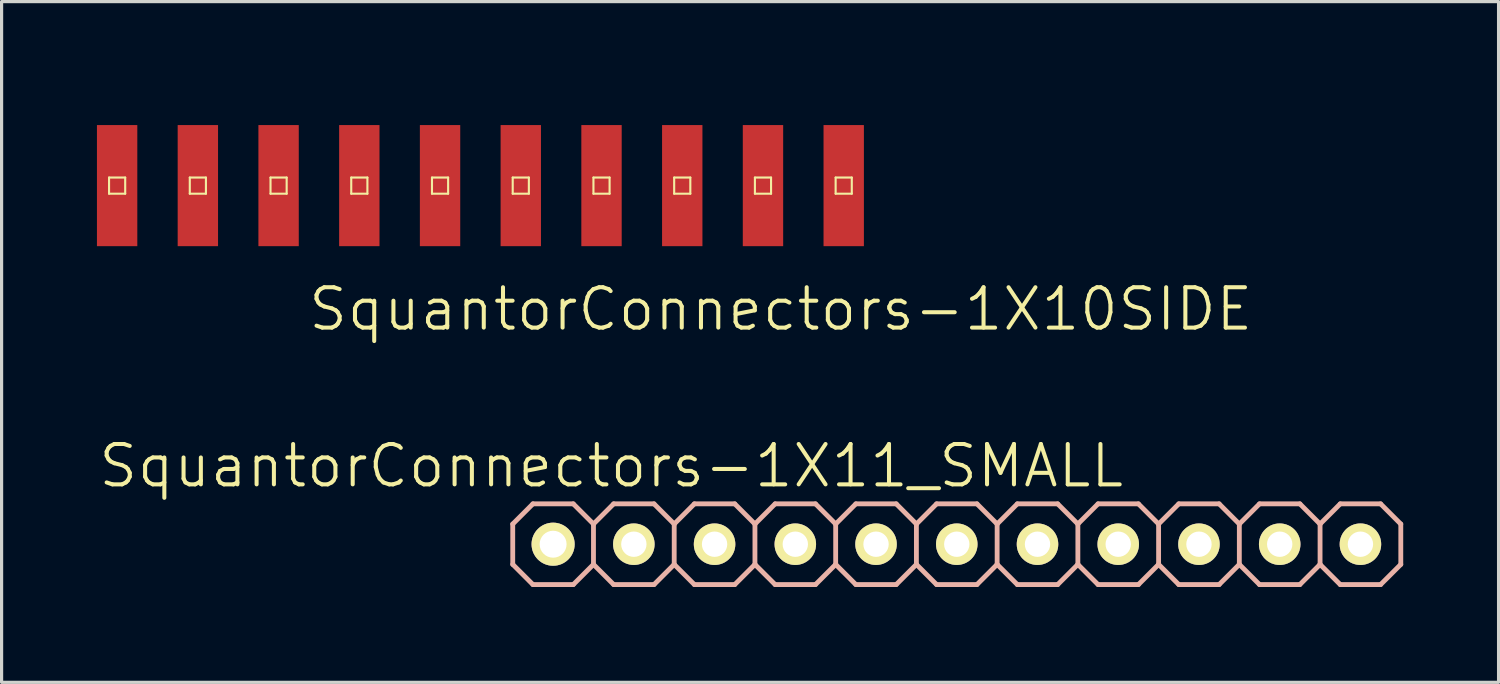
<source format=kicad_pcb>
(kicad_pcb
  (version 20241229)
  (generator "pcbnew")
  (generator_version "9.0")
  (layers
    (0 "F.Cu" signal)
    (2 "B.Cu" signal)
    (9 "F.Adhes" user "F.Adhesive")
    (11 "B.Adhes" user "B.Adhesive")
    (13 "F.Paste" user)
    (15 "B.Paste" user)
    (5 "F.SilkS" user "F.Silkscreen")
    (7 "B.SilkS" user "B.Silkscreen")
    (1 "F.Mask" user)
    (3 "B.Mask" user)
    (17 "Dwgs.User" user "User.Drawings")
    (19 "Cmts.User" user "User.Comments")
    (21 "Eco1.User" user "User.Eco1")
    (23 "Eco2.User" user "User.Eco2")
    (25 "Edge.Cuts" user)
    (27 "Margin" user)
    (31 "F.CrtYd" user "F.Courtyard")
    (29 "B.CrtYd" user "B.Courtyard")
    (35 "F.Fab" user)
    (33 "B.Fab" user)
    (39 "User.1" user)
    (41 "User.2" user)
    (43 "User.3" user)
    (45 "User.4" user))
  (footprint "SquantorConnectors-1X10SIDE"
    (layer "F.Cu")
    (at 12.065 0.25)
    (property "Reference" "SquantorConnectors-1X10SIDE" (at 9.449 6.426 0) (layer "F.SilkS") (effects (font (size 1.27 1.27) (thickness 0.127))))
    (attr smd)
    (fp_line (start -11.684 2.286) (end -11.176 2.286) (stroke (width 0.066) (type solid)) (layer "F.SilkS"))
    (fp_line (start -11.684 2.794) (end -11.684 2.286) (stroke (width 0.066) (type solid)) (layer "F.SilkS"))
    (fp_line (start -11.684 2.794) (end -11.176 2.794) (stroke (width 0.066) (type solid)) (layer "F.SilkS"))
    (fp_line (start -11.176 2.794) (end -11.176 2.286) (stroke (width 0.066) (type solid)) (layer "F.SilkS"))
    (fp_line (start -9.144 2.286) (end -8.636 2.286) (stroke (width 0.066) (type solid)) (layer "F.SilkS"))
    (fp_line (start -9.144 2.794) (end -9.144 2.286) (stroke (width 0.066) (type solid)) (layer "F.SilkS"))
    (fp_line (start -9.144 2.794) (end -8.636 2.794) (stroke (width 0.066) (type solid)) (layer "F.SilkS"))
    (fp_line (start -8.636 2.794) (end -8.636 2.286) (stroke (width 0.066) (type solid)) (layer "F.SilkS"))
    (fp_line (start -6.604 2.286) (end -6.096 2.286) (stroke (width 0.066) (type solid)) (layer "F.SilkS"))
    (fp_line (start -6.604 2.794) (end -6.604 2.286) (stroke (width 0.066) (type solid)) (layer "F.SilkS"))
    (fp_line (start -6.604 2.794) (end -6.096 2.794) (stroke (width 0.066) (type solid)) (layer "F.SilkS"))
    (fp_line (start -6.096 2.794) (end -6.096 2.286) (stroke (width 0.066) (type solid)) (layer "F.SilkS"))
    (fp_line (start -4.064 2.286) (end -3.556 2.286) (stroke (width 0.066) (type solid)) (layer "F.SilkS"))
    (fp_line (start -4.064 2.794) (end -4.064 2.286) (stroke (width 0.066) (type solid)) (layer "F.SilkS"))
    (fp_line (start -4.064 2.794) (end -3.556 2.794) (stroke (width 0.066) (type solid)) (layer "F.SilkS"))
    (fp_line (start -3.556 2.794) (end -3.556 2.286) (stroke (width 0.066) (type solid)) (layer "F.SilkS"))
    (fp_line (start -1.524 2.286) (end -1.016 2.286) (stroke (width 0.066) (type solid)) (layer "F.SilkS"))
    (fp_line (start -1.524 2.794) (end -1.524 2.286) (stroke (width 0.066) (type solid)) (layer "F.SilkS"))
    (fp_line (start -1.524 2.794) (end -1.016 2.794) (stroke (width 0.066) (type solid)) (layer "F.SilkS"))
    (fp_line (start -1.016 2.794) (end -1.016 2.286) (stroke (width 0.066) (type solid)) (layer "F.SilkS"))
    (fp_line (start 1.016 2.286) (end 1.524 2.286) (stroke (width 0.066) (type solid)) (layer "F.SilkS"))
    (fp_line (start 1.016 2.794) (end 1.016 2.286) (stroke (width 0.066) (type solid)) (layer "F.SilkS"))
    (fp_line (start 1.016 2.794) (end 1.524 2.794) (stroke (width 0.066) (type solid)) (layer "F.SilkS"))
    (fp_line (start 1.524 2.794) (end 1.524 2.286) (stroke (width 0.066) (type solid)) (layer "F.SilkS"))
    (fp_line (start 3.556 2.286) (end 4.064 2.286) (stroke (width 0.066) (type solid)) (layer "F.SilkS"))
    (fp_line (start 3.556 2.794) (end 3.556 2.286) (stroke (width 0.066) (type solid)) (layer "F.SilkS"))
    (fp_line (start 3.556 2.794) (end 4.064 2.794) (stroke (width 0.066) (type solid)) (layer "F.SilkS"))
    (fp_line (start 4.064 2.794) (end 4.064 2.286) (stroke (width 0.066) (type solid)) (layer "F.SilkS"))
    (fp_line (start 6.096 2.286) (end 6.604 2.286) (stroke (width 0.066) (type solid)) (layer "F.SilkS"))
    (fp_line (start 6.096 2.794) (end 6.096 2.286) (stroke (width 0.066) (type solid)) (layer "F.SilkS"))
    (fp_line (start 6.096 2.794) (end 6.604 2.794) (stroke (width 0.066) (type solid)) (layer "F.SilkS"))
    (fp_line (start 6.604 2.794) (end 6.604 2.286) (stroke (width 0.066) (type solid)) (layer "F.SilkS"))
    (fp_line (start 8.636 2.286) (end 9.144 2.286) (stroke (width 0.066) (type solid)) (layer "F.SilkS"))
    (fp_line (start 8.636 2.794) (end 8.636 2.286) (stroke (width 0.066) (type solid)) (layer "F.SilkS"))
    (fp_line (start 8.636 2.794) (end 9.144 2.794) (stroke (width 0.066) (type solid)) (layer "F.SilkS"))
    (fp_line (start 9.144 2.794) (end 9.144 2.286) (stroke (width 0.066) (type solid)) (layer "F.SilkS"))
    (fp_line (start 11.176 2.286) (end 11.684 2.286) (stroke (width 0.066) (type solid)) (layer "F.SilkS"))
    (fp_line (start 11.176 2.794) (end 11.176 2.286) (stroke (width 0.066) (type solid)) (layer "F.SilkS"))
    (fp_line (start 11.176 2.794) (end 11.684 2.794) (stroke (width 0.066) (type solid)) (layer "F.SilkS"))
    (fp_line (start 11.684 2.794) (end 11.684 2.286) (stroke (width 0.066) (type solid)) (layer "F.SilkS"))
    (pad "1" smd rect (at -11.43 2.54 90) (size 3.81 1.27) (layers "F.Cu" "F.Mask" "F.Paste"))
    (pad "2" smd rect (at -8.89 2.54 90) (size 3.81 1.27) (layers "F.Cu" "F.Mask" "F.Paste"))
    (pad "3" smd rect (at -6.35 2.54 90) (size 3.81 1.27) (layers "F.Cu" "F.Mask" "F.Paste"))
    (pad "4" smd rect (at -3.81 2.54 90) (size 3.81 1.27) (layers "F.Cu" "F.Mask" "F.Paste"))
    (pad "5" smd rect (at -1.27 2.54 90) (size 3.81 1.27) (layers "F.Cu" "F.Mask" "F.Paste"))
    (pad "6" smd rect (at 1.27 2.54 90) (size 3.81 1.27) (layers "F.Cu" "F.Mask" "F.Paste"))
    (pad "7" smd rect (at 3.81 2.54 90) (size 3.81 1.27) (layers "F.Cu" "F.Mask" "F.Paste"))
    (pad "8" smd rect (at 6.35 2.54 90) (size 3.81 1.27) (layers "F.Cu" "F.Mask" "F.Paste"))
    (pad "9" smd rect (at 8.89 2.54 90) (size 3.81 1.27) (layers "F.Cu" "F.Mask" "F.Paste"))
    (pad "10" smd rect (at 11.43 2.54 90) (size 3.81 1.27) (layers "F.Cu" "F.Mask" "F.Paste")))
  (footprint "SquantorConnectors-1X11_SMALL"
    (layer "F.Cu")
    (at 27.052 14.072)
    (property "Reference" "SquantorConnectors-1X11_SMALL" (at -10.871 -2.464 0) (layer "F.SilkS") (effects (font (size 1.27 1.27) (thickness 0.127))))
    (attr exclude_from_pos_files exclude_from_bom)
    (fp_line (start -12.954 -0.254) (end -12.446 -0.254) (stroke (width 0.066) (type solid)) (layer "F.SilkS"))
    (fp_line (start -12.954 0.254) (end -12.954 -0.254) (stroke (width 0.066) (type solid)) (layer "F.SilkS"))
    (fp_line (start -12.954 0.254) (end -12.446 0.254) (stroke (width 0.066) (type solid)) (layer "F.SilkS"))
    (fp_line (start -12.446 0.254) (end -12.446 -0.254) (stroke (width 0.066) (type solid)) (layer "F.SilkS"))
    (fp_line (start -10.414 -0.254) (end -9.906 -0.254) (stroke (width 0.066) (type solid)) (layer "F.SilkS"))
    (fp_line (start -10.414 0.254) (end -10.414 -0.254) (stroke (width 0.066) (type solid)) (layer "F.SilkS"))
    (fp_line (start -10.414 0.254) (end -9.906 0.254) (stroke (width 0.066) (type solid)) (layer "F.SilkS"))
    (fp_line (start -9.906 0.254) (end -9.906 -0.254) (stroke (width 0.066) (type solid)) (layer "F.SilkS"))
    (fp_line (start -7.874 -0.254) (end -7.366 -0.254) (stroke (width 0.066) (type solid)) (layer "F.SilkS"))
    (fp_line (start -7.874 0.254) (end -7.874 -0.254) (stroke (width 0.066) (type solid)) (layer "F.SilkS"))
    (fp_line (start -7.874 0.254) (end -7.366 0.254) (stroke (width 0.066) (type solid)) (layer "F.SilkS"))
    (fp_line (start -7.366 0.254) (end -7.366 -0.254) (stroke (width 0.066) (type solid)) (layer "F.SilkS"))
    (fp_line (start -5.334 -0.254) (end -4.826 -0.254) (stroke (width 0.066) (type solid)) (layer "F.SilkS"))
    (fp_line (start -5.334 0.254) (end -5.334 -0.254) (stroke (width 0.066) (type solid)) (layer "F.SilkS"))
    (fp_line (start -5.334 0.254) (end -4.826 0.254) (stroke (width 0.066) (type solid)) (layer "F.SilkS"))
    (fp_line (start -4.826 0.254) (end -4.826 -0.254) (stroke (width 0.066) (type solid)) (layer "F.SilkS"))
    (fp_line (start -2.794 -0.254) (end -2.286 -0.254) (stroke (width 0.066) (type solid)) (layer "F.SilkS"))
    (fp_line (start -2.794 0.254) (end -2.794 -0.254) (stroke (width 0.066) (type solid)) (layer "F.SilkS"))
    (fp_line (start -2.794 0.254) (end -2.286 0.254) (stroke (width 0.066) (type solid)) (layer "F.SilkS"))
    (fp_line (start -2.286 0.254) (end -2.286 -0.254) (stroke (width 0.066) (type solid)) (layer "F.SilkS"))
    (fp_line (start -0.254 -0.254) (end 0.254 -0.254) (stroke (width 0.066) (type solid)) (layer "F.SilkS"))
    (fp_line (start -0.254 0.254) (end -0.254 -0.254) (stroke (width 0.066) (type solid)) (layer "F.SilkS"))
    (fp_line (start -0.254 0.254) (end 0.254 0.254) (stroke (width 0.066) (type solid)) (layer "F.SilkS"))
    (fp_line (start 0.254 0.254) (end 0.254 -0.254) (stroke (width 0.066) (type solid)) (layer "F.SilkS"))
    (fp_line (start 2.286 -0.254) (end 2.794 -0.254) (stroke (width 0.066) (type solid)) (layer "F.SilkS"))
    (fp_line (start 2.286 0.254) (end 2.286 -0.254) (stroke (width 0.066) (type solid)) (layer "F.SilkS"))
    (fp_line (start 2.286 0.254) (end 2.794 0.254) (stroke (width 0.066) (type solid)) (layer "F.SilkS"))
    (fp_line (start 2.794 0.254) (end 2.794 -0.254) (stroke (width 0.066) (type solid)) (layer "F.SilkS"))
    (fp_line (start 4.826 -0.254) (end 5.334 -0.254) (stroke (width 0.066) (type solid)) (layer "F.SilkS"))
    (fp_line (start 4.826 0.254) (end 4.826 -0.254) (stroke (width 0.066) (type solid)) (layer "F.SilkS"))
    (fp_line (start 4.826 0.254) (end 5.334 0.254) (stroke (width 0.066) (type solid)) (layer "F.SilkS"))
    (fp_line (start 5.334 0.254) (end 5.334 -0.254) (stroke (width 0.066) (type solid)) (layer "F.SilkS"))
    (fp_line (start 7.366 -0.254) (end 7.874 -0.254) (stroke (width 0.066) (type solid)) (layer "F.SilkS"))
    (fp_line (start 7.366 0.254) (end 7.366 -0.254) (stroke (width 0.066) (type solid)) (layer "F.SilkS"))
    (fp_line (start 7.366 0.254) (end 7.874 0.254) (stroke (width 0.066) (type solid)) (layer "F.SilkS"))
    (fp_line (start 7.874 0.254) (end 7.874 -0.254) (stroke (width 0.066) (type solid)) (layer "F.SilkS"))
    (fp_line (start 9.906 -0.254) (end 10.414 -0.254) (stroke (width 0.066) (type solid)) (layer "F.SilkS"))
    (fp_line (start 9.906 0.254) (end 9.906 -0.254) (stroke (width 0.066) (type solid)) (layer "F.SilkS"))
    (fp_line (start 9.906 0.254) (end 10.414 0.254) (stroke (width 0.066) (type solid)) (layer "F.SilkS"))
    (fp_line (start 10.414 0.254) (end 10.414 -0.254) (stroke (width 0.066) (type solid)) (layer "F.SilkS"))
    (fp_line (start 12.446 -0.254) (end 12.954 -0.254) (stroke (width 0.066) (type solid)) (layer "F.SilkS"))
    (fp_line (start 12.446 0.254) (end 12.446 -0.254) (stroke (width 0.066) (type solid)) (layer "F.SilkS"))
    (fp_line (start 12.446 0.254) (end 12.954 0.254) (stroke (width 0.066) (type solid)) (layer "F.SilkS"))
    (fp_line (start 12.954 0.254) (end 12.954 -0.254) (stroke (width 0.066) (type solid)) (layer "F.SilkS"))
    (fp_line (start -13.97 -0.635) (end -13.97 0.635) (stroke (width 0.152) (type solid)) (layer "B.SilkS"))
    (fp_line (start -13.97 0.635) (end -13.335 1.27) (stroke (width 0.152) (type solid)) (layer "B.SilkS"))
    (fp_line (start -13.335 -1.27) (end -13.97 -0.635) (stroke (width 0.152) (type solid)) (layer "B.SilkS"))
    (fp_line (start -13.335 -1.27) (end -12.065 -1.27) (stroke (width 0.152) (type solid)) (layer "B.SilkS"))
    (fp_line (start -12.065 -1.27) (end -11.43 -0.635) (stroke (width 0.152) (type solid)) (layer "B.SilkS"))
    (fp_line (start -12.065 1.27) (end -13.335 1.27) (stroke (width 0.152) (type solid)) (layer "B.SilkS"))
    (fp_line (start -11.43 -0.635) (end -11.43 0.635) (stroke (width 0.152) (type solid)) (layer "B.SilkS"))
    (fp_line (start -11.43 -0.635) (end -10.795 -1.27) (stroke (width 0.152) (type solid)) (layer "B.SilkS"))
    (fp_line (start -11.43 0.635) (end -12.065 1.27) (stroke (width 0.152) (type solid)) (layer "B.SilkS"))
    (fp_line (start -10.795 -1.27) (end -9.525 -1.27) (stroke (width 0.152) (type solid)) (layer "B.SilkS"))
    (fp_line (start -10.795 1.27) (end -11.43 0.635) (stroke (width 0.152) (type solid)) (layer "B.SilkS"))
    (fp_line (start -9.525 -1.27) (end -8.89 -0.635) (stroke (width 0.152) (type solid)) (layer "B.SilkS"))
    (fp_line (start -9.525 1.27) (end -10.795 1.27) (stroke (width 0.152) (type solid)) (layer "B.SilkS"))
    (fp_line (start -8.89 -0.635) (end -8.89 0.635) (stroke (width 0.152) (type solid)) (layer "B.SilkS"))
    (fp_line (start -8.89 -0.635) (end -8.255 -1.27) (stroke (width 0.152) (type solid)) (layer "B.SilkS"))
    (fp_line (start -8.89 0.635) (end -9.525 1.27) (stroke (width 0.152) (type solid)) (layer "B.SilkS"))
    (fp_line (start -8.255 -1.27) (end -6.985 -1.27) (stroke (width 0.152) (type solid)) (layer "B.SilkS"))
    (fp_line (start -8.255 1.27) (end -8.89 0.635) (stroke (width 0.152) (type solid)) (layer "B.SilkS"))
    (fp_line (start -6.985 -1.27) (end -6.35 -0.635) (stroke (width 0.152) (type solid)) (layer "B.SilkS"))
    (fp_line (start -6.985 1.27) (end -8.255 1.27) (stroke (width 0.152) (type solid)) (layer "B.SilkS"))
    (fp_line (start -6.35 -0.635) (end -6.35 0.635) (stroke (width 0.152) (type solid)) (layer "B.SilkS"))
    (fp_line (start -6.35 0.635) (end -6.985 1.27) (stroke (width 0.152) (type solid)) (layer "B.SilkS"))
    (fp_line (start -6.35 0.635) (end -5.715 1.27) (stroke (width 0.152) (type solid)) (layer "B.SilkS"))
    (fp_line (start -5.715 -1.27) (end -6.35 -0.635) (stroke (width 0.152) (type solid)) (layer "B.SilkS"))
    (fp_line (start -5.715 -1.27) (end -4.445 -1.27) (stroke (width 0.152) (type solid)) (layer "B.SilkS"))
    (fp_line (start -4.445 -1.27) (end -3.81 -0.635) (stroke (width 0.152) (type solid)) (layer "B.SilkS"))
    (fp_line (start -4.445 1.27) (end -5.715 1.27) (stroke (width 0.152) (type solid)) (layer "B.SilkS"))
    (fp_line (start -3.81 -0.635) (end -3.81 0.635) (stroke (width 0.152) (type solid)) (layer "B.SilkS"))
    (fp_line (start -3.81 -0.635) (end -3.175 -1.27) (stroke (width 0.152) (type solid)) (layer "B.SilkS"))
    (fp_line (start -3.81 0.635) (end -4.445 1.27) (stroke (width 0.152) (type solid)) (layer "B.SilkS"))
    (fp_line (start -3.175 -1.27) (end -1.905 -1.27) (stroke (width 0.152) (type solid)) (layer "B.SilkS"))
    (fp_line (start -3.175 1.27) (end -3.81 0.635) (stroke (width 0.152) (type solid)) (layer "B.SilkS"))
    (fp_line (start -1.905 -1.27) (end -1.27 -0.635) (stroke (width 0.152) (type solid)) (layer "B.SilkS"))
    (fp_line (start -1.905 1.27) (end -3.175 1.27) (stroke (width 0.152) (type solid)) (layer "B.SilkS"))
    (fp_line (start -1.27 -0.635) (end -1.27 0.635) (stroke (width 0.152) (type solid)) (layer "B.SilkS"))
    (fp_line (start -1.27 -0.635) (end -0.635 -1.27) (stroke (width 0.152) (type solid)) (layer "B.SilkS"))
    (fp_line (start -1.27 0.635) (end -1.905 1.27) (stroke (width 0.152) (type solid)) (layer "B.SilkS"))
    (fp_line (start -0.635 -1.27) (end 0.635 -1.27) (stroke (width 0.152) (type solid)) (layer "B.SilkS"))
    (fp_line (start -0.635 1.27) (end -1.27 0.635) (stroke (width 0.152) (type solid)) (layer "B.SilkS"))
    (fp_line (start 0.635 -1.27) (end 1.27 -0.635) (stroke (width 0.152) (type solid)) (layer "B.SilkS"))
    (fp_line (start 0.635 1.27) (end -0.635 1.27) (stroke (width 0.152) (type solid)) (layer "B.SilkS"))
    (fp_line (start 1.27 -0.635) (end 1.27 0.635) (stroke (width 0.152) (type solid)) (layer "B.SilkS"))
    (fp_line (start 1.27 0.635) (end 0.635 1.27) (stroke (width 0.152) (type solid)) (layer "B.SilkS"))
    (fp_line (start 1.27 0.635) (end 1.905 1.27) (stroke (width 0.152) (type solid)) (layer "B.SilkS"))
    (fp_line (start 1.905 -1.27) (end 1.27 -0.635) (stroke (width 0.152) (type solid)) (layer "B.SilkS"))
    (fp_line (start 1.905 -1.27) (end 3.175 -1.27) (stroke (width 0.152) (type solid)) (layer "B.SilkS"))
    (fp_line (start 3.175 -1.27) (end 3.81 -0.635) (stroke (width 0.152) (type solid)) (layer "B.SilkS"))
    (fp_line (start 3.175 1.27) (end 1.905 1.27) (stroke (width 0.152) (type solid)) (layer "B.SilkS"))
    (fp_line (start 3.81 -0.635) (end 3.81 0.635) (stroke (width 0.152) (type solid)) (layer "B.SilkS"))
    (fp_line (start 3.81 -0.635) (end 4.445 -1.27) (stroke (width 0.152) (type solid)) (layer "B.SilkS"))
    (fp_line (start 3.81 0.635) (end 3.175 1.27) (stroke (width 0.152) (type solid)) (layer "B.SilkS"))
    (fp_line (start 4.445 -1.27) (end 5.715 -1.27) (stroke (width 0.152) (type solid)) (layer "B.SilkS"))
    (fp_line (start 4.445 1.27) (end 3.81 0.635) (stroke (width 0.152) (type solid)) (layer "B.SilkS"))
    (fp_line (start 5.715 -1.27) (end 6.35 -0.635) (stroke (width 0.152) (type solid)) (layer "B.SilkS"))
    (fp_line (start 5.715 1.27) (end 4.445 1.27) (stroke (width 0.152) (type solid)) (layer "B.SilkS"))
    (fp_line (start 6.35 -0.635) (end 6.35 0.635) (stroke (width 0.152) (type solid)) (layer "B.SilkS"))
    (fp_line (start 6.35 -0.635) (end 6.985 -1.27) (stroke (width 0.152) (type solid)) (layer "B.SilkS"))
    (fp_line (start 6.35 0.635) (end 5.715 1.27) (stroke (width 0.152) (type solid)) (layer "B.SilkS"))
    (fp_line (start 6.985 -1.27) (end 8.255 -1.27) (stroke (width 0.152) (type solid)) (layer "B.SilkS"))
    (fp_line (start 6.985 1.27) (end 6.35 0.635) (stroke (width 0.152) (type solid)) (layer "B.SilkS"))
    (fp_line (start 8.255 -1.27) (end 8.89 -0.635) (stroke (width 0.152) (type solid)) (layer "B.SilkS"))
    (fp_line (start 8.255 1.27) (end 6.985 1.27) (stroke (width 0.152) (type solid)) (layer "B.SilkS"))
    (fp_line (start 8.89 -0.635) (end 8.89 0.635) (stroke (width 0.152) (type solid)) (layer "B.SilkS"))
    (fp_line (start 8.89 0.635) (end 8.255 1.27) (stroke (width 0.152) (type solid)) (layer "B.SilkS"))
    (fp_line (start 8.89 0.635) (end 9.525 1.27) (stroke (width 0.152) (type solid)) (layer "B.SilkS"))
    (fp_line (start 9.525 -1.27) (end 8.89 -0.635) (stroke (width 0.152) (type solid)) (layer "B.SilkS"))
    (fp_line (start 9.525 -1.27) (end 10.795 -1.27) (stroke (width 0.152) (type solid)) (layer "B.SilkS"))
    (fp_line (start 10.795 -1.27) (end 11.43 -0.635) (stroke (width 0.152) (type solid)) (layer "B.SilkS"))
    (fp_line (start 10.795 1.27) (end 9.525 1.27) (stroke (width 0.152) (type solid)) (layer "B.SilkS"))
    (fp_line (start 11.43 -0.635) (end 11.43 0.635) (stroke (width 0.152) (type solid)) (layer "B.SilkS"))
    (fp_line (start 11.43 0.635) (end 10.795 1.27) (stroke (width 0.152) (type solid)) (layer "B.SilkS"))
    (fp_line (start 11.43 0.635) (end 12.065 1.27) (stroke (width 0.152) (type solid)) (layer "B.SilkS"))
    (fp_line (start 12.065 -1.27) (end 11.43 -0.635) (stroke (width 0.152) (type solid)) (layer "B.SilkS"))
    (fp_line (start 12.065 -1.27) (end 13.335 -1.27) (stroke (width 0.152) (type solid)) (layer "B.SilkS"))
    (fp_line (start 13.335 -1.27) (end 13.97 -0.635) (stroke (width 0.152) (type solid)) (layer "B.SilkS"))
    (fp_line (start 13.335 1.27) (end 12.065 1.27) (stroke (width 0.152) (type solid)) (layer "B.SilkS"))
    (fp_line (start 13.97 -0.635) (end 13.97 0.635) (stroke (width 0.152) (type solid)) (layer "B.SilkS"))
    (fp_line (start 13.97 0.635) (end 13.335 1.27) (stroke (width 0.152) (type solid)) (layer "B.SilkS"))
    (pad "1" thru_hole circle (at -12.7 0) (size 1.356 1.356) (drill 0.848) (layers "*.Cu" "F.Mask" "F.SilkS" "F.Paste"))
    (pad "2" thru_hole circle (at -10.16 0) (size 1.306 1.306) (drill 0.798) (layers "*.Cu" "F.Mask" "F.SilkS" "F.Paste"))
    (pad "3" thru_hole circle (at -7.62 0) (size 1.306 1.306) (drill 0.798) (layers "*.Cu" "F.Mask" "F.SilkS" "F.Paste"))
    (pad "4" thru_hole circle (at -5.08 0) (size 1.306 1.306) (drill 0.798) (layers "*.Cu" "F.Mask" "F.SilkS" "F.Paste"))
    (pad "5" thru_hole circle (at -2.54 0) (size 1.306 1.306) (drill 0.798) (layers "*.Cu" "F.Mask" "F.SilkS" "F.Paste"))
    (pad "6" thru_hole circle (at 0 0) (size 1.306 1.306) (drill 0.798) (layers "*.Cu" "F.Mask" "F.SilkS" "F.Paste"))
    (pad "7" thru_hole circle (at 2.54 0) (size 1.306 1.306) (drill 0.798) (layers "*.Cu" "F.Mask" "F.SilkS" "F.Paste"))
    (pad "8" thru_hole circle (at 5.08 0) (size 1.306 1.306) (drill 0.798) (layers "*.Cu" "F.Mask" "F.SilkS" "F.Paste"))
    (pad "9" thru_hole circle (at 7.62 0) (size 1.306 1.306) (drill 0.798) (layers "*.Cu" "F.Mask" "F.SilkS" "F.Paste"))
    (pad "10" thru_hole circle (at 10.16 0) (size 1.306 1.306) (drill 0.798) (layers "*.Cu" "F.Mask" "F.SilkS" "F.Paste"))
    (pad "11" thru_hole circle (at 12.7 0) (size 1.306 1.306) (drill 0.798) (layers "*.Cu" "F.Mask" "F.SilkS" "F.Paste")))
  (gr_rect
    (start -3 -3)
    (end 44.098 18.418)
    (stroke (width 0.1) (type default))
    (fill no)
    (layer "Edge.Cuts")))
</source>
